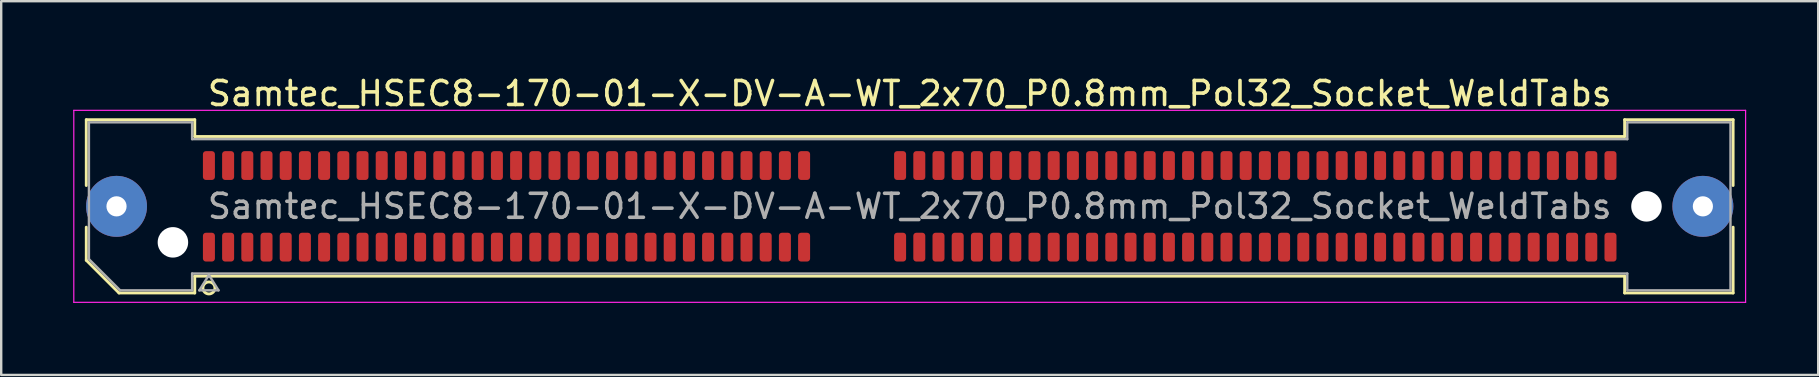
<source format=kicad_pcb>
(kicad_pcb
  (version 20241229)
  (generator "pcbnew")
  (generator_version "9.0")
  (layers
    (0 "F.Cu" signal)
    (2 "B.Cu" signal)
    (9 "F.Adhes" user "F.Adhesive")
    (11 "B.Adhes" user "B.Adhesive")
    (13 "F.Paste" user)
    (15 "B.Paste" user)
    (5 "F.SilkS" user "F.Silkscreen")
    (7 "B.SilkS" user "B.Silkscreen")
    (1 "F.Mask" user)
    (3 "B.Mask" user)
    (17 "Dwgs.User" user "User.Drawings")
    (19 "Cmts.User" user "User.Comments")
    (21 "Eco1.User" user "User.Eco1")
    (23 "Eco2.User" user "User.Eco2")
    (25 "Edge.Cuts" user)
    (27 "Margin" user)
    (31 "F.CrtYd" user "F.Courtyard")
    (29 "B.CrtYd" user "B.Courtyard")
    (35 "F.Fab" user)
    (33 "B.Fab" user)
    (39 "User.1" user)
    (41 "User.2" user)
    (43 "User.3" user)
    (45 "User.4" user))
  (footprint "Samtec_HSEC8-170-01-X-DV-A-WT_2x70_P0.8mm_Pol32_Socket_WeldTabs"
    (layer "F.Cu")
    (at 34.855 5.548)
    (property "Reference" "Samtec_HSEC8-170-01-X-DV-A-WT_2x70_P0.8mm_Pol32_Socket_WeldTabs" (at 0 -4.7 0) (layer "F.SilkS") (effects (font (size 1 1) (thickness 0.15))))
    (attr smd)
    (fp_line (start -34.31 -3.61) (end -29.79 -3.61) (stroke (width 0.12) (type solid)) (layer "F.SilkS"))
    (fp_line (start -34.31 -0.868) (end -34.31 -3.61) (stroke (width 0.12) (type solid)) (layer "F.SilkS"))
    (fp_line (start -34.31 2.246) (end -34.31 0.868) (stroke (width 0.12) (type solid)) (layer "F.SilkS"))
    (fp_line (start -32.946 3.61) (end -34.31 2.246) (stroke (width 0.12) (type solid)) (layer "F.SilkS"))
    (fp_line (start -29.79 -3.61) (end -29.79 -2.91) (stroke (width 0.12) (type solid)) (layer "F.SilkS"))
    (fp_line (start -29.79 -2.91) (end 29.79 -2.91) (stroke (width 0.12) (type solid)) (layer "F.SilkS"))
    (fp_line (start -29.79 2.91) (end -29.79 3.61) (stroke (width 0.12) (type solid)) (layer "F.SilkS"))
    (fp_line (start -29.79 3.61) (end -32.946 3.61) (stroke (width 0.12) (type solid)) (layer "F.SilkS"))
    (fp_line (start 29.79 -3.61) (end 34.31 -3.61) (stroke (width 0.12) (type solid)) (layer "F.SilkS"))
    (fp_line (start 29.79 -2.91) (end 29.79 -3.61) (stroke (width 0.12) (type solid)) (layer "F.SilkS"))
    (fp_line (start 29.79 2.91) (end -29.79 2.91) (stroke (width 0.12) (type solid)) (layer "F.SilkS"))
    (fp_line (start 29.79 3.61) (end 29.79 2.91) (stroke (width 0.12) (type solid)) (layer "F.SilkS"))
    (fp_line (start 34.31 -3.61) (end 34.31 -0.868) (stroke (width 0.12) (type solid)) (layer "F.SilkS"))
    (fp_line (start 34.31 0.868) (end 34.31 3.61) (stroke (width 0.12) (type solid)) (layer "F.SilkS"))
    (fp_line (start 34.31 3.61) (end 29.79 3.61) (stroke (width 0.12) (type solid)) (layer "F.SilkS"))
    (fp_circle (center -29.2 3.4) (end -28.95 3.4) (stroke (width 0.12) (type solid)) (fill no) (layer "F.SilkS"))
    (fp_line (start -34.83 -4) (end -34.83 4) (stroke (width 0.05) (type solid)) (layer "F.CrtYd"))
    (fp_line (start -34.83 4) (end 34.83 4) (stroke (width 0.05) (type solid)) (layer "F.CrtYd"))
    (fp_line (start 34.83 -4) (end -34.83 -4) (stroke (width 0.05) (type solid)) (layer "F.CrtYd"))
    (fp_line (start 34.83 4) (end 34.83 -4) (stroke (width 0.05) (type solid)) (layer "F.CrtYd"))
    (fp_line (start -34.2 -3.5) (end -29.9 -3.5) (stroke (width 0.1) (type solid)) (layer "F.Fab"))
    (fp_line (start -34.2 2.2) (end -34.2 -3.5) (stroke (width 0.1) (type solid)) (layer "F.Fab"))
    (fp_line (start -32.9 3.5) (end -34.2 2.2) (stroke (width 0.1) (type solid)) (layer "F.Fab"))
    (fp_line (start -29.9 -3.5) (end -29.9 -2.8) (stroke (width 0.1) (type solid)) (layer "F.Fab"))
    (fp_line (start -29.9 -2.8) (end 29.9 -2.8) (stroke (width 0.1) (type solid)) (layer "F.Fab"))
    (fp_line (start -29.9 2.8) (end -29.9 3.5) (stroke (width 0.1) (type solid)) (layer "F.Fab"))
    (fp_line (start -29.9 3.5) (end -32.9 3.5) (stroke (width 0.1) (type solid)) (layer "F.Fab"))
    (fp_line (start -29.6 3.5) (end -29.2 2.86) (stroke (width 0.1) (type solid)) (layer "F.Fab"))
    (fp_line (start -29.2 2.86) (end -28.8 3.5) (stroke (width 0.1) (type solid)) (layer "F.Fab"))
    (fp_line (start -28.8 3.5) (end -29.6 3.5) (stroke (width 0.1) (type solid)) (layer "F.Fab"))
    (fp_line (start 29.9 -3.5) (end 34.2 -3.5) (stroke (width 0.1) (type solid)) (layer "F.Fab"))
    (fp_line (start 29.9 -2.8) (end 29.9 -3.5) (stroke (width 0.1) (type solid)) (layer "F.Fab"))
    (fp_line (start 29.9 2.8) (end -29.9 2.8) (stroke (width 0.1) (type solid)) (layer "F.Fab"))
    (fp_line (start 29.9 3.5) (end 29.9 2.8) (stroke (width 0.1) (type solid)) (layer "F.Fab"))
    (fp_line (start 34.2 -3.5) (end 34.2 3.5) (stroke (width 0.1) (type solid)) (layer "F.Fab"))
    (fp_line (start 34.2 3.5) (end 29.9 3.5) (stroke (width 0.1) (type solid)) (layer "F.Fab"))
    (fp_text user "${REFERENCE}" (at 0 0 0) (layer "F.Fab") (effects (font (size 1 1) (thickness 0.15))))
    (pad "" thru_hole circle (at -33.05 0) (size 2.54 2.54) (drill 0.84) (layers "*.Cu" "*.Mask" "F.Paste"))
    (pad "" np_thru_hole circle (at -30.7 1.5) (size 1.27 1.27) (drill 1.27) (layers "*.Cu" "*.Mask"))
    (pad "" np_thru_hole circle (at 30.7 0) (size 1.27 1.27) (drill 1.27) (layers "*.Cu" "*.Mask"))
    (pad "" thru_hole circle (at 33.05 0) (size 2.54 2.54) (drill 0.84) (layers "*.Cu" "*.Mask" "F.Paste"))
    (pad "1" smd roundrect (at -29.2 1.7) (size 0.5 1.2) (layers "F.Cu" "F.Mask" "F.Paste") (roundrect_rratio 0.25))
    (pad "2" smd roundrect (at -29.2 -1.7) (size 0.5 1.2) (layers "F.Cu" "F.Mask" "F.Paste") (roundrect_rratio 0.25))
    (pad "3" smd roundrect (at -28.4 1.7) (size 0.5 1.2) (layers "F.Cu" "F.Mask" "F.Paste") (roundrect_rratio 0.25))
    (pad "4" smd roundrect (at -28.4 -1.7) (size 0.5 1.2) (layers "F.Cu" "F.Mask" "F.Paste") (roundrect_rratio 0.25))
    (pad "5" smd roundrect (at -27.6 1.7) (size 0.5 1.2) (layers "F.Cu" "F.Mask" "F.Paste") (roundrect_rratio 0.25))
    (pad "6" smd roundrect (at -27.6 -1.7) (size 0.5 1.2) (layers "F.Cu" "F.Mask" "F.Paste") (roundrect_rratio 0.25))
    (pad "7" smd roundrect (at -26.8 1.7) (size 0.5 1.2) (layers "F.Cu" "F.Mask" "F.Paste") (roundrect_rratio 0.25))
    (pad "8" smd roundrect (at -26.8 -1.7) (size 0.5 1.2) (layers "F.Cu" "F.Mask" "F.Paste") (roundrect_rratio 0.25))
    (pad "9" smd roundrect (at -26 1.7) (size 0.5 1.2) (layers "F.Cu" "F.Mask" "F.Paste") (roundrect_rratio 0.25))
    (pad "10" smd roundrect (at -26 -1.7) (size 0.5 1.2) (layers "F.Cu" "F.Mask" "F.Paste") (roundrect_rratio 0.25))
    (pad "11" smd roundrect (at -25.2 1.7) (size 0.5 1.2) (layers "F.Cu" "F.Mask" "F.Paste") (roundrect_rratio 0.25))
    (pad "12" smd roundrect (at -25.2 -1.7) (size 0.5 1.2) (layers "F.Cu" "F.Mask" "F.Paste") (roundrect_rratio 0.25))
    (pad "13" smd roundrect (at -24.4 1.7) (size 0.5 1.2) (layers "F.Cu" "F.Mask" "F.Paste") (roundrect_rratio 0.25))
    (pad "14" smd roundrect (at -24.4 -1.7) (size 0.5 1.2) (layers "F.Cu" "F.Mask" "F.Paste") (roundrect_rratio 0.25))
    (pad "15" smd roundrect (at -23.6 1.7) (size 0.5 1.2) (layers "F.Cu" "F.Mask" "F.Paste") (roundrect_rratio 0.25))
    (pad "16" smd roundrect (at -23.6 -1.7) (size 0.5 1.2) (layers "F.Cu" "F.Mask" "F.Paste") (roundrect_rratio 0.25))
    (pad "17" smd roundrect (at -22.8 1.7) (size 0.5 1.2) (layers "F.Cu" "F.Mask" "F.Paste") (roundrect_rratio 0.25))
    (pad "18" smd roundrect (at -22.8 -1.7) (size 0.5 1.2) (layers "F.Cu" "F.Mask" "F.Paste") (roundrect_rratio 0.25))
    (pad "19" smd roundrect (at -22 1.7) (size 0.5 1.2) (layers "F.Cu" "F.Mask" "F.Paste") (roundrect_rratio 0.25))
    (pad "20" smd roundrect (at -22 -1.7) (size 0.5 1.2) (layers "F.Cu" "F.Mask" "F.Paste") (roundrect_rratio 0.25))
    (pad "21" smd roundrect (at -21.2 1.7) (size 0.5 1.2) (layers "F.Cu" "F.Mask" "F.Paste") (roundrect_rratio 0.25))
    (pad "22" smd roundrect (at -21.2 -1.7) (size 0.5 1.2) (layers "F.Cu" "F.Mask" "F.Paste") (roundrect_rratio 0.25))
    (pad "23" smd roundrect (at -20.4 1.7) (size 0.5 1.2) (layers "F.Cu" "F.Mask" "F.Paste") (roundrect_rratio 0.25))
    (pad "24" smd roundrect (at -20.4 -1.7) (size 0.5 1.2) (layers "F.Cu" "F.Mask" "F.Paste") (roundrect_rratio 0.25))
    (pad "25" smd roundrect (at -19.6 1.7) (size 0.5 1.2) (layers "F.Cu" "F.Mask" "F.Paste") (roundrect_rratio 0.25))
    (pad "26" smd roundrect (at -19.6 -1.7) (size 0.5 1.2) (layers "F.Cu" "F.Mask" "F.Paste") (roundrect_rratio 0.25))
    (pad "27" smd roundrect (at -18.8 1.7) (size 0.5 1.2) (layers "F.Cu" "F.Mask" "F.Paste") (roundrect_rratio 0.25))
    (pad "28" smd roundrect (at -18.8 -1.7) (size 0.5 1.2) (layers "F.Cu" "F.Mask" "F.Paste") (roundrect_rratio 0.25))
    (pad "29" smd roundrect (at -18 1.7) (size 0.5 1.2) (layers "F.Cu" "F.Mask" "F.Paste") (roundrect_rratio 0.25))
    (pad "30" smd roundrect (at -18 -1.7) (size 0.5 1.2) (layers "F.Cu" "F.Mask" "F.Paste") (roundrect_rratio 0.25))
    (pad "31" smd roundrect (at -17.2 1.7) (size 0.5 1.2) (layers "F.Cu" "F.Mask" "F.Paste") (roundrect_rratio 0.25))
    (pad "32" smd roundrect (at -17.2 -1.7) (size 0.5 1.2) (layers "F.Cu" "F.Mask" "F.Paste") (roundrect_rratio 0.25))
    (pad "33" smd roundrect (at -16.4 1.7) (size 0.5 1.2) (layers "F.Cu" "F.Mask" "F.Paste") (roundrect_rratio 0.25))
    (pad "34" smd roundrect (at -16.4 -1.7) (size 0.5 1.2) (layers "F.Cu" "F.Mask" "F.Paste") (roundrect_rratio 0.25))
    (pad "35" smd roundrect (at -15.6 1.7) (size 0.5 1.2) (layers "F.Cu" "F.Mask" "F.Paste") (roundrect_rratio 0.25))
    (pad "36" smd roundrect (at -15.6 -1.7) (size 0.5 1.2) (layers "F.Cu" "F.Mask" "F.Paste") (roundrect_rratio 0.25))
    (pad "37" smd roundrect (at -14.8 1.7) (size 0.5 1.2) (layers "F.Cu" "F.Mask" "F.Paste") (roundrect_rratio 0.25))
    (pad "38" smd roundrect (at -14.8 -1.7) (size 0.5 1.2) (layers "F.Cu" "F.Mask" "F.Paste") (roundrect_rratio 0.25))
    (pad "39" smd roundrect (at -14 1.7) (size 0.5 1.2) (layers "F.Cu" "F.Mask" "F.Paste") (roundrect_rratio 0.25))
    (pad "40" smd roundrect (at -14 -1.7) (size 0.5 1.2) (layers "F.Cu" "F.Mask" "F.Paste") (roundrect_rratio 0.25))
    (pad "41" smd roundrect (at -13.2 1.7) (size 0.5 1.2) (layers "F.Cu" "F.Mask" "F.Paste") (roundrect_rratio 0.25))
    (pad "42" smd roundrect (at -13.2 -1.7) (size 0.5 1.2) (layers "F.Cu" "F.Mask" "F.Paste") (roundrect_rratio 0.25))
    (pad "43" smd roundrect (at -12.4 1.7) (size 0.5 1.2) (layers "F.Cu" "F.Mask" "F.Paste") (roundrect_rratio 0.25))
    (pad "44" smd roundrect (at -12.4 -1.7) (size 0.5 1.2) (layers "F.Cu" "F.Mask" "F.Paste") (roundrect_rratio 0.25))
    (pad "45" smd roundrect (at -11.6 1.7) (size 0.5 1.2) (layers "F.Cu" "F.Mask" "F.Paste") (roundrect_rratio 0.25))
    (pad "46" smd roundrect (at -11.6 -1.7) (size 0.5 1.2) (layers "F.Cu" "F.Mask" "F.Paste") (roundrect_rratio 0.25))
    (pad "47" smd roundrect (at -10.8 1.7) (size 0.5 1.2) (layers "F.Cu" "F.Mask" "F.Paste") (roundrect_rratio 0.25))
    (pad "48" smd roundrect (at -10.8 -1.7) (size 0.5 1.2) (layers "F.Cu" "F.Mask" "F.Paste") (roundrect_rratio 0.25))
    (pad "49" smd roundrect (at -10 1.7) (size 0.5 1.2) (layers "F.Cu" "F.Mask" "F.Paste") (roundrect_rratio 0.25))
    (pad "50" smd roundrect (at -10 -1.7) (size 0.5 1.2) (layers "F.Cu" "F.Mask" "F.Paste") (roundrect_rratio 0.25))
    (pad "51" smd roundrect (at -9.2 1.7) (size 0.5 1.2) (layers "F.Cu" "F.Mask" "F.Paste") (roundrect_rratio 0.25))
    (pad "52" smd roundrect (at -9.2 -1.7) (size 0.5 1.2) (layers "F.Cu" "F.Mask" "F.Paste") (roundrect_rratio 0.25))
    (pad "53" smd roundrect (at -8.4 1.7) (size 0.5 1.2) (layers "F.Cu" "F.Mask" "F.Paste") (roundrect_rratio 0.25))
    (pad "54" smd roundrect (at -8.4 -1.7) (size 0.5 1.2) (layers "F.Cu" "F.Mask" "F.Paste") (roundrect_rratio 0.25))
    (pad "55" smd roundrect (at -7.6 1.7) (size 0.5 1.2) (layers "F.Cu" "F.Mask" "F.Paste") (roundrect_rratio 0.25))
    (pad "56" smd roundrect (at -7.6 -1.7) (size 0.5 1.2) (layers "F.Cu" "F.Mask" "F.Paste") (roundrect_rratio 0.25))
    (pad "57" smd roundrect (at -6.8 1.7) (size 0.5 1.2) (layers "F.Cu" "F.Mask" "F.Paste") (roundrect_rratio 0.25))
    (pad "58" smd roundrect (at -6.8 -1.7) (size 0.5 1.2) (layers "F.Cu" "F.Mask" "F.Paste") (roundrect_rratio 0.25))
    (pad "59" smd roundrect (at -6 1.7) (size 0.5 1.2) (layers "F.Cu" "F.Mask" "F.Paste") (roundrect_rratio 0.25))
    (pad "60" smd roundrect (at -6 -1.7) (size 0.5 1.2) (layers "F.Cu" "F.Mask" "F.Paste") (roundrect_rratio 0.25))
    (pad "61" smd roundrect (at -5.2 1.7) (size 0.5 1.2) (layers "F.Cu" "F.Mask" "F.Paste") (roundrect_rratio 0.25))
    (pad "62" smd roundrect (at -5.2 -1.7) (size 0.5 1.2) (layers "F.Cu" "F.Mask" "F.Paste") (roundrect_rratio 0.25))
    (pad "63" smd roundrect (at -4.4 1.7) (size 0.5 1.2) (layers "F.Cu" "F.Mask" "F.Paste") (roundrect_rratio 0.25))
    (pad "64" smd roundrect (at -4.4 -1.7) (size 0.5 1.2) (layers "F.Cu" "F.Mask" "F.Paste") (roundrect_rratio 0.25))
    (pad "65" smd roundrect (at -0.4 1.7) (size 0.5 1.2) (layers "F.Cu" "F.Mask" "F.Paste") (roundrect_rratio 0.25))
    (pad "66" smd roundrect (at -0.4 -1.7) (size 0.5 1.2) (layers "F.Cu" "F.Mask" "F.Paste") (roundrect_rratio 0.25))
    (pad "67" smd roundrect (at 0.4 1.7) (size 0.5 1.2) (layers "F.Cu" "F.Mask" "F.Paste") (roundrect_rratio 0.25))
    (pad "68" smd roundrect (at 0.4 -1.7) (size 0.5 1.2) (layers "F.Cu" "F.Mask" "F.Paste") (roundrect_rratio 0.25))
    (pad "69" smd roundrect (at 1.2 1.7) (size 0.5 1.2) (layers "F.Cu" "F.Mask" "F.Paste") (roundrect_rratio 0.25))
    (pad "70" smd roundrect (at 1.2 -1.7) (size 0.5 1.2) (layers "F.Cu" "F.Mask" "F.Paste") (roundrect_rratio 0.25))
    (pad "71" smd roundrect (at 2 1.7) (size 0.5 1.2) (layers "F.Cu" "F.Mask" "F.Paste") (roundrect_rratio 0.25))
    (pad "72" smd roundrect (at 2 -1.7) (size 0.5 1.2) (layers "F.Cu" "F.Mask" "F.Paste") (roundrect_rratio 0.25))
    (pad "73" smd roundrect (at 2.8 1.7) (size 0.5 1.2) (layers "F.Cu" "F.Mask" "F.Paste") (roundrect_rratio 0.25))
    (pad "74" smd roundrect (at 2.8 -1.7) (size 0.5 1.2) (layers "F.Cu" "F.Mask" "F.Paste") (roundrect_rratio 0.25))
    (pad "75" smd roundrect (at 3.6 1.7) (size 0.5 1.2) (layers "F.Cu" "F.Mask" "F.Paste") (roundrect_rratio 0.25))
    (pad "76" smd roundrect (at 3.6 -1.7) (size 0.5 1.2) (layers "F.Cu" "F.Mask" "F.Paste") (roundrect_rratio 0.25))
    (pad "77" smd roundrect (at 4.4 1.7) (size 0.5 1.2) (layers "F.Cu" "F.Mask" "F.Paste") (roundrect_rratio 0.25))
    (pad "78" smd roundrect (at 4.4 -1.7) (size 0.5 1.2) (layers "F.Cu" "F.Mask" "F.Paste") (roundrect_rratio 0.25))
    (pad "79" smd roundrect (at 5.2 1.7) (size 0.5 1.2) (layers "F.Cu" "F.Mask" "F.Paste") (roundrect_rratio 0.25))
    (pad "80" smd roundrect (at 5.2 -1.7) (size 0.5 1.2) (layers "F.Cu" "F.Mask" "F.Paste") (roundrect_rratio 0.25))
    (pad "81" smd roundrect (at 6 1.7) (size 0.5 1.2) (layers "F.Cu" "F.Mask" "F.Paste") (roundrect_rratio 0.25))
    (pad "82" smd roundrect (at 6 -1.7) (size 0.5 1.2) (layers "F.Cu" "F.Mask" "F.Paste") (roundrect_rratio 0.25))
    (pad "83" smd roundrect (at 6.8 1.7) (size 0.5 1.2) (layers "F.Cu" "F.Mask" "F.Paste") (roundrect_rratio 0.25))
    (pad "84" smd roundrect (at 6.8 -1.7) (size 0.5 1.2) (layers "F.Cu" "F.Mask" "F.Paste") (roundrect_rratio 0.25))
    (pad "85" smd roundrect (at 7.6 1.7) (size 0.5 1.2) (layers "F.Cu" "F.Mask" "F.Paste") (roundrect_rratio 0.25))
    (pad "86" smd roundrect (at 7.6 -1.7) (size 0.5 1.2) (layers "F.Cu" "F.Mask" "F.Paste") (roundrect_rratio 0.25))
    (pad "87" smd roundrect (at 8.4 1.7) (size 0.5 1.2) (layers "F.Cu" "F.Mask" "F.Paste") (roundrect_rratio 0.25))
    (pad "88" smd roundrect (at 8.4 -1.7) (size 0.5 1.2) (layers "F.Cu" "F.Mask" "F.Paste") (roundrect_rratio 0.25))
    (pad "89" smd roundrect (at 9.2 1.7) (size 0.5 1.2) (layers "F.Cu" "F.Mask" "F.Paste") (roundrect_rratio 0.25))
    (pad "90" smd roundrect (at 9.2 -1.7) (size 0.5 1.2) (layers "F.Cu" "F.Mask" "F.Paste") (roundrect_rratio 0.25))
    (pad "91" smd roundrect (at 10 1.7) (size 0.5 1.2) (layers "F.Cu" "F.Mask" "F.Paste") (roundrect_rratio 0.25))
    (pad "92" smd roundrect (at 10 -1.7) (size 0.5 1.2) (layers "F.Cu" "F.Mask" "F.Paste") (roundrect_rratio 0.25))
    (pad "93" smd roundrect (at 10.8 1.7) (size 0.5 1.2) (layers "F.Cu" "F.Mask" "F.Paste") (roundrect_rratio 0.25))
    (pad "94" smd roundrect (at 10.8 -1.7) (size 0.5 1.2) (layers "F.Cu" "F.Mask" "F.Paste") (roundrect_rratio 0.25))
    (pad "95" smd roundrect (at 11.6 1.7) (size 0.5 1.2) (layers "F.Cu" "F.Mask" "F.Paste") (roundrect_rratio 0.25))
    (pad "96" smd roundrect (at 11.6 -1.7) (size 0.5 1.2) (layers "F.Cu" "F.Mask" "F.Paste") (roundrect_rratio 0.25))
    (pad "97" smd roundrect (at 12.4 1.7) (size 0.5 1.2) (layers "F.Cu" "F.Mask" "F.Paste") (roundrect_rratio 0.25))
    (pad "98" smd roundrect (at 12.4 -1.7) (size 0.5 1.2) (layers "F.Cu" "F.Mask" "F.Paste") (roundrect_rratio 0.25))
    (pad "99" smd roundrect (at 13.2 1.7) (size 0.5 1.2) (layers "F.Cu" "F.Mask" "F.Paste") (roundrect_rratio 0.25))
    (pad "100" smd roundrect (at 13.2 -1.7) (size 0.5 1.2) (layers "F.Cu" "F.Mask" "F.Paste") (roundrect_rratio 0.25))
    (pad "101" smd roundrect (at 14 1.7) (size 0.5 1.2) (layers "F.Cu" "F.Mask" "F.Paste") (roundrect_rratio 0.25))
    (pad "102" smd roundrect (at 14 -1.7) (size 0.5 1.2) (layers "F.Cu" "F.Mask" "F.Paste") (roundrect_rratio 0.25))
    (pad "103" smd roundrect (at 14.8 1.7) (size 0.5 1.2) (layers "F.Cu" "F.Mask" "F.Paste") (roundrect_rratio 0.25))
    (pad "104" smd roundrect (at 14.8 -1.7) (size 0.5 1.2) (layers "F.Cu" "F.Mask" "F.Paste") (roundrect_rratio 0.25))
    (pad "105" smd roundrect (at 15.6 1.7) (size 0.5 1.2) (layers "F.Cu" "F.Mask" "F.Paste") (roundrect_rratio 0.25))
    (pad "106" smd roundrect (at 15.6 -1.7) (size 0.5 1.2) (layers "F.Cu" "F.Mask" "F.Paste") (roundrect_rratio 0.25))
    (pad "107" smd roundrect (at 16.4 1.7) (size 0.5 1.2) (layers "F.Cu" "F.Mask" "F.Paste") (roundrect_rratio 0.25))
    (pad "108" smd roundrect (at 16.4 -1.7) (size 0.5 1.2) (layers "F.Cu" "F.Mask" "F.Paste") (roundrect_rratio 0.25))
    (pad "109" smd roundrect (at 17.2 1.7) (size 0.5 1.2) (layers "F.Cu" "F.Mask" "F.Paste") (roundrect_rratio 0.25))
    (pad "110" smd roundrect (at 17.2 -1.7) (size 0.5 1.2) (layers "F.Cu" "F.Mask" "F.Paste") (roundrect_rratio 0.25))
    (pad "111" smd roundrect (at 18 1.7) (size 0.5 1.2) (layers "F.Cu" "F.Mask" "F.Paste") (roundrect_rratio 0.25))
    (pad "112" smd roundrect (at 18 -1.7) (size 0.5 1.2) (layers "F.Cu" "F.Mask" "F.Paste") (roundrect_rratio 0.25))
    (pad "113" smd roundrect (at 18.8 1.7) (size 0.5 1.2) (layers "F.Cu" "F.Mask" "F.Paste") (roundrect_rratio 0.25))
    (pad "114" smd roundrect (at 18.8 -1.7) (size 0.5 1.2) (layers "F.Cu" "F.Mask" "F.Paste") (roundrect_rratio 0.25))
    (pad "115" smd roundrect (at 19.6 1.7) (size 0.5 1.2) (layers "F.Cu" "F.Mask" "F.Paste") (roundrect_rratio 0.25))
    (pad "116" smd roundrect (at 19.6 -1.7) (size 0.5 1.2) (layers "F.Cu" "F.Mask" "F.Paste") (roundrect_rratio 0.25))
    (pad "117" smd roundrect (at 20.4 1.7) (size 0.5 1.2) (layers "F.Cu" "F.Mask" "F.Paste") (roundrect_rratio 0.25))
    (pad "118" smd roundrect (at 20.4 -1.7) (size 0.5 1.2) (layers "F.Cu" "F.Mask" "F.Paste") (roundrect_rratio 0.25))
    (pad "119" smd roundrect (at 21.2 1.7) (size 0.5 1.2) (layers "F.Cu" "F.Mask" "F.Paste") (roundrect_rratio 0.25))
    (pad "120" smd roundrect (at 21.2 -1.7) (size 0.5 1.2) (layers "F.Cu" "F.Mask" "F.Paste") (roundrect_rratio 0.25))
    (pad "121" smd roundrect (at 22 1.7) (size 0.5 1.2) (layers "F.Cu" "F.Mask" "F.Paste") (roundrect_rratio 0.25))
    (pad "122" smd roundrect (at 22 -1.7) (size 0.5 1.2) (layers "F.Cu" "F.Mask" "F.Paste") (roundrect_rratio 0.25))
    (pad "123" smd roundrect (at 22.8 1.7) (size 0.5 1.2) (layers "F.Cu" "F.Mask" "F.Paste") (roundrect_rratio 0.25))
    (pad "124" smd roundrect (at 22.8 -1.7) (size 0.5 1.2) (layers "F.Cu" "F.Mask" "F.Paste") (roundrect_rratio 0.25))
    (pad "125" smd roundrect (at 23.6 1.7) (size 0.5 1.2) (layers "F.Cu" "F.Mask" "F.Paste") (roundrect_rratio 0.25))
    (pad "126" smd roundrect (at 23.6 -1.7) (size 0.5 1.2) (layers "F.Cu" "F.Mask" "F.Paste") (roundrect_rratio 0.25))
    (pad "127" smd roundrect (at 24.4 1.7) (size 0.5 1.2) (layers "F.Cu" "F.Mask" "F.Paste") (roundrect_rratio 0.25))
    (pad "128" smd roundrect (at 24.4 -1.7) (size 0.5 1.2) (layers "F.Cu" "F.Mask" "F.Paste") (roundrect_rratio 0.25))
    (pad "129" smd roundrect (at 25.2 1.7) (size 0.5 1.2) (layers "F.Cu" "F.Mask" "F.Paste") (roundrect_rratio 0.25))
    (pad "130" smd roundrect (at 25.2 -1.7) (size 0.5 1.2) (layers "F.Cu" "F.Mask" "F.Paste") (roundrect_rratio 0.25))
    (pad "131" smd roundrect (at 26 1.7) (size 0.5 1.2) (layers "F.Cu" "F.Mask" "F.Paste") (roundrect_rratio 0.25))
    (pad "132" smd roundrect (at 26 -1.7) (size 0.5 1.2) (layers "F.Cu" "F.Mask" "F.Paste") (roundrect_rratio 0.25))
    (pad "133" smd roundrect (at 26.8 1.7) (size 0.5 1.2) (layers "F.Cu" "F.Mask" "F.Paste") (roundrect_rratio 0.25))
    (pad "134" smd roundrect (at 26.8 -1.7) (size 0.5 1.2) (layers "F.Cu" "F.Mask" "F.Paste") (roundrect_rratio 0.25))
    (pad "135" smd roundrect (at 27.6 1.7) (size 0.5 1.2) (layers "F.Cu" "F.Mask" "F.Paste") (roundrect_rratio 0.25))
    (pad "136" smd roundrect (at 27.6 -1.7) (size 0.5 1.2) (layers "F.Cu" "F.Mask" "F.Paste") (roundrect_rratio 0.25))
    (pad "137" smd roundrect (at 28.4 1.7) (size 0.5 1.2) (layers "F.Cu" "F.Mask" "F.Paste") (roundrect_rratio 0.25))
    (pad "138" smd roundrect (at 28.4 -1.7) (size 0.5 1.2) (layers "F.Cu" "F.Mask" "F.Paste") (roundrect_rratio 0.25))
    (pad "139" smd roundrect (at 29.2 1.7) (size 0.5 1.2) (layers "F.Cu" "F.Mask" "F.Paste") (roundrect_rratio 0.25))
    (pad "140" smd roundrect (at 29.2 -1.7) (size 0.5 1.2) (layers "F.Cu" "F.Mask" "F.Paste") (roundrect_rratio 0.25)))
  (gr_rect
    (start -3 -3)
    (end 72.71 12.573)
    (stroke (width 0.1) (type default))
    (fill no)
    (layer "Edge.Cuts")))
</source>
